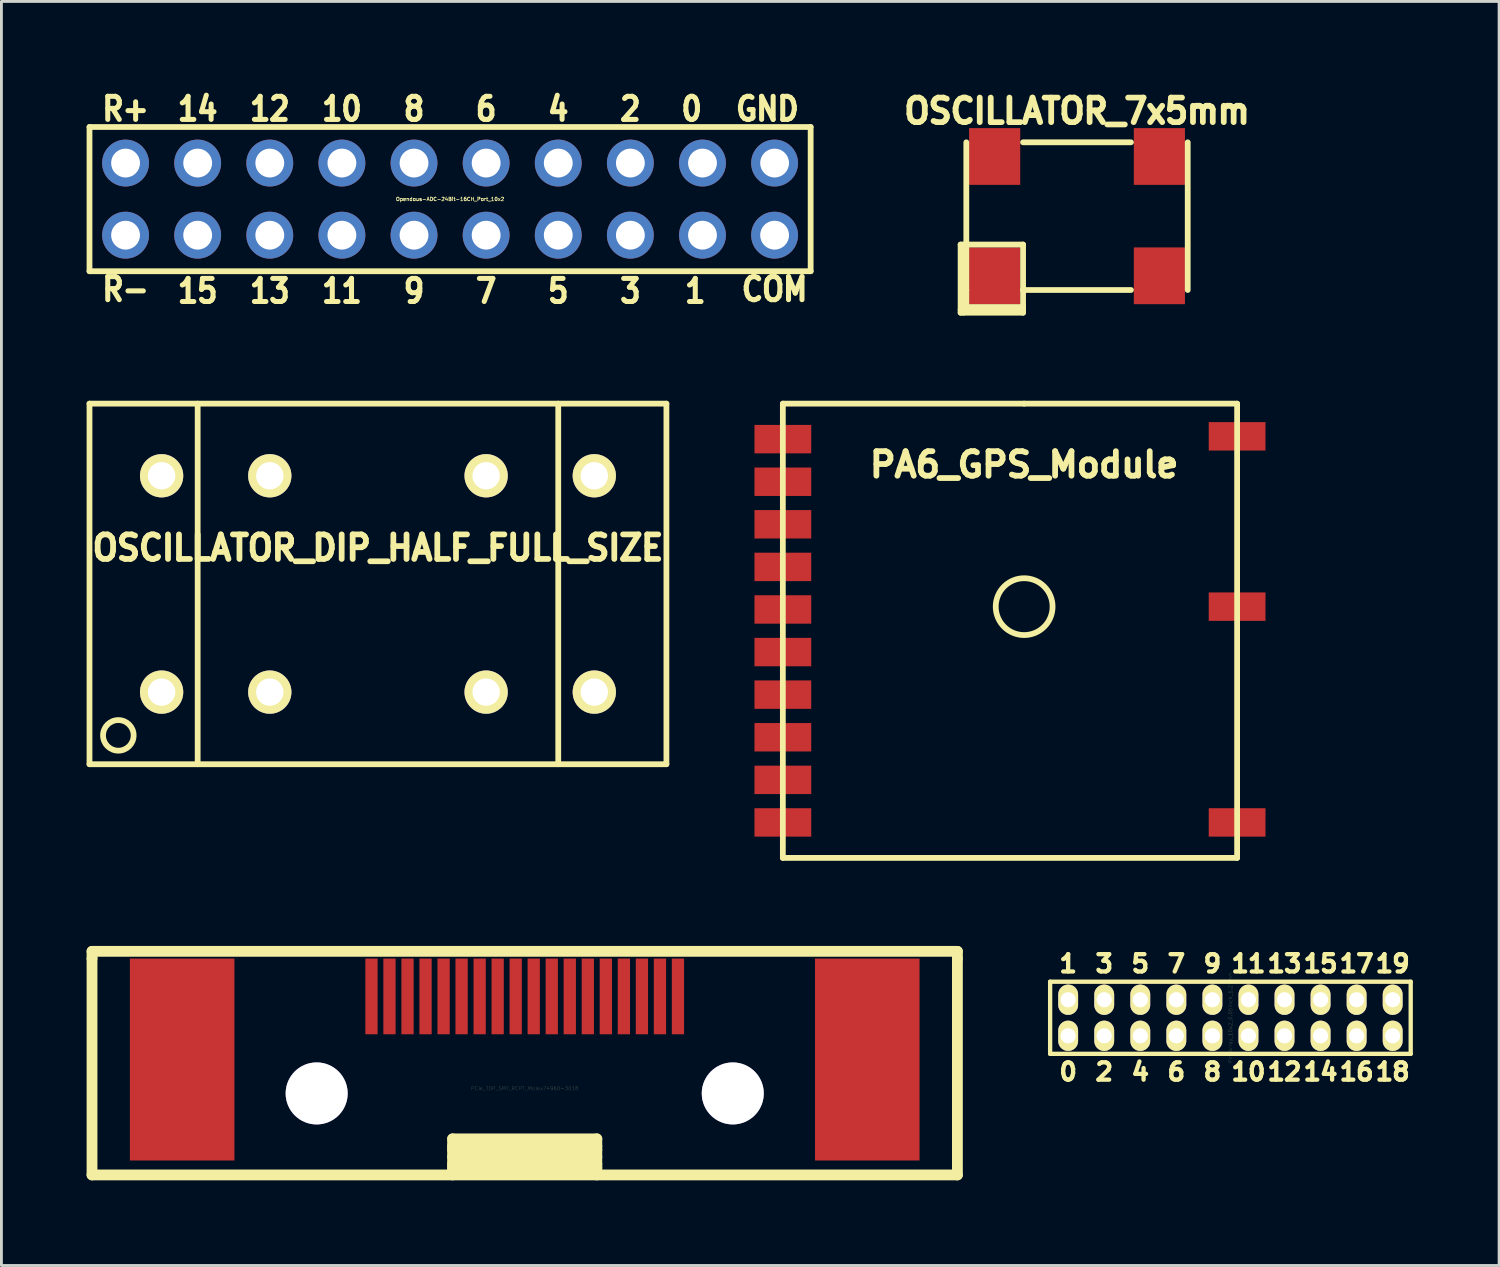
<source format=kicad_pcb>
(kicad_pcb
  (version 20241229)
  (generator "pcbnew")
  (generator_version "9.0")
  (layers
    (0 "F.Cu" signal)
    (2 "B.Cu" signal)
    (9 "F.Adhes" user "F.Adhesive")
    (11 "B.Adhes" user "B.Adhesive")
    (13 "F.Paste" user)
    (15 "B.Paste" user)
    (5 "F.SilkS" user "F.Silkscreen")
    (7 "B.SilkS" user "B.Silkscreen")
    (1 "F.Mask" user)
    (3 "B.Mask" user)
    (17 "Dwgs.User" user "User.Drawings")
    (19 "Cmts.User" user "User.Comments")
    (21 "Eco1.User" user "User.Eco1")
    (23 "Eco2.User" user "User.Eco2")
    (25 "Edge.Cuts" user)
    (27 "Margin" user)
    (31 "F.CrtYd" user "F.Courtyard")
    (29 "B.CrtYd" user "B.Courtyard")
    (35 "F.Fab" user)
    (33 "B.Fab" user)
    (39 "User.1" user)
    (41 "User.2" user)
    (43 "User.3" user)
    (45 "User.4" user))
  (footprint "PA6_GPS_Module"
    (layer "F.Cu")
    (at 33.022 18.317)
    (property "Reference" "PA6_GPS_Module" (at 0 -5.001 0) (layer "F.SilkS") (effects (font (size 0.864 0.864) (thickness 0.203))))
    (attr through_hole)
    (fp_line (start -8.499 -7.15) (end -8.499 8.849) (stroke (width 0.203) (type solid)) (layer "F.SilkS"))
    (fp_line (start -8.499 8.849) (end 7.501 8.849) (stroke (width 0.203) (type solid)) (layer "F.SilkS"))
    (fp_line (start 0 -7.15) (end -8.499 -7.15) (stroke (width 0.203) (type solid)) (layer "F.SilkS"))
    (fp_line (start 0 -7.15) (end 7.501 -7.15) (stroke (width 0.203) (type solid)) (layer "F.SilkS"))
    (fp_line (start 7.501 8.849) (end 7.501 -7.15) (stroke (width 0.203) (type solid)) (layer "F.SilkS"))
    (fp_circle (center 0 0) (end 1.001 0) (stroke (width 0.203) (type solid)) (fill no) (layer "F.SilkS"))
    (pad "1" smd rect (at -8.499 -5.9) (size 1.999 1.001) (layers "F.Cu" "F.Mask" "F.Paste"))
    (pad "2" smd rect (at -8.499 -4.399) (size 1.999 1.001) (layers "F.Cu" "F.Mask" "F.Paste"))
    (pad "3" smd rect (at -8.499 -2.901) (size 1.999 1.001) (layers "F.Cu" "F.Mask" "F.Paste"))
    (pad "4" smd rect (at -8.499 -1.4) (size 1.999 1.001) (layers "F.Cu" "F.Mask" "F.Paste"))
    (pad "5" smd rect (at -8.499 0.099) (size 1.999 1.001) (layers "F.Cu" "F.Mask" "F.Paste"))
    (pad "6" smd rect (at -8.499 1.6) (size 1.999 1.001) (layers "F.Cu" "F.Mask" "F.Paste"))
    (pad "7" smd rect (at -8.499 3.099) (size 1.999 1.001) (layers "F.Cu" "F.Mask" "F.Paste"))
    (pad "8" smd rect (at -8.499 4.6) (size 1.999 1.001) (layers "F.Cu" "F.Mask" "F.Paste"))
    (pad "9" smd rect (at -8.499 6.101) (size 1.999 1.001) (layers "F.Cu" "F.Mask" "F.Paste"))
    (pad "10" smd rect (at -8.499 7.6) (size 1.999 1.001) (layers "F.Cu" "F.Mask" "F.Paste"))
    (pad "11" smd rect (at 7.501 7.6) (size 1.999 1.001) (layers "F.Cu" "F.Mask" "F.Paste"))
    (pad "12" smd rect (at 7.501 0) (size 1.999 1.001) (layers "F.Cu" "F.Mask" "F.Paste"))
    (pad "13" smd rect (at 7.501 -5.999) (size 1.999 1.001) (layers "F.Cu" "F.Mask" "F.Paste")))
  (footprint "OSCILLATOR_DIP_HALF_FULL_SIZE"
    (layer "F.Cu")
    (at 10.262 17.517)
    (property "Reference" "OSCILLATOR_DIP_HALF_FULL_SIZE" (at 0 -1.27 0) (layer "F.SilkS") (effects (font (size 0.864 0.813) (thickness 0.203))))
    (attr through_hole)
    (fp_line (start -10.16 -6.35) (end -10.16 6.35) (stroke (width 0.203) (type solid)) (layer "F.SilkS"))
    (fp_line (start -10.16 6.35) (end 10.16 6.35) (stroke (width 0.203) (type solid)) (layer "F.SilkS"))
    (fp_line (start -6.35 -6.35) (end -6.35 6.35) (stroke (width 0.203) (type solid)) (layer "F.SilkS"))
    (fp_line (start 6.35 -6.35) (end 6.35 6.35) (stroke (width 0.203) (type solid)) (layer "F.SilkS"))
    (fp_line (start 10.16 -6.35) (end -10.16 -6.35) (stroke (width 0.203) (type solid)) (layer "F.SilkS"))
    (fp_line (start 10.16 6.35) (end 10.16 -6.35) (stroke (width 0.203) (type solid)) (layer "F.SilkS"))
    (fp_circle (center -9.144 5.334) (end -8.763 4.953) (stroke (width 0.203) (type solid)) (fill no) (layer "F.SilkS"))
    (pad "1" thru_hole circle (at -7.62 3.81) (size 1.524 1.524) (drill 0.965) (layers "*.Cu" "*.Mask" "F.SilkS"))
    (pad "1" thru_hole circle (at -3.81 3.81) (size 1.524 1.524) (drill 0.965) (layers "*.Cu" "*.Mask" "F.SilkS"))
    (pad "2" thru_hole circle (at 3.81 3.81) (size 1.524 1.524) (drill 0.965) (layers "*.Cu" "*.Mask" "F.SilkS"))
    (pad "2" thru_hole circle (at 7.62 3.81) (size 1.524 1.524) (drill 0.965) (layers "*.Cu" "*.Mask" "F.SilkS"))
    (pad "3" thru_hole circle (at 3.81 -3.81) (size 1.524 1.524) (drill 0.965) (layers "*.Cu" "*.Mask" "F.SilkS"))
    (pad "3" thru_hole circle (at 7.62 -3.81) (size 1.524 1.524) (drill 0.965) (layers "*.Cu" "*.Mask" "F.SilkS"))
    (pad "4" thru_hole circle (at -7.62 -3.81) (size 1.524 1.524) (drill 0.965) (layers "*.Cu" "*.Mask" "F.SilkS"))
    (pad "4" thru_hole circle (at -3.81 -3.81) (size 1.524 1.524) (drill 0.965) (layers "*.Cu" "*.Mask" "F.SilkS")))
  (footprint "Pin_Array_10x2_0.05inch_1.27mm"
    (layer "F.Cu")
    (at 40.287 32.797)
    (property "Reference" "Pin_Array_10x2_0.05inch_1.27mm" (at 0 0 90) (layer "F.SilkS") (effects (font (size 0.127 0.127) (thickness 0.003))))
    (attr through_hole)
    (fp_line (start -6.35 -1.27) (end -6.35 1.27) (stroke (width 0.152) (type solid)) (layer "F.SilkS"))
    (fp_line (start -6.35 1.27) (end 6.35 1.27) (stroke (width 0.152) (type solid)) (layer "F.SilkS"))
    (fp_line (start 6.35 -1.27) (end -6.35 -1.27) (stroke (width 0.152) (type solid)) (layer "F.SilkS"))
    (fp_line (start 6.35 1.27) (end 6.35 -1.27) (stroke (width 0.152) (type solid)) (layer "F.SilkS"))
    (fp_text user "17" (at 4.445 -1.905 0) (layer "F.SilkS") (effects (font (size 0.61 0.61) (thickness 0.152))))
    (fp_text user "7" (at -1.905 -1.905 0) (layer "F.SilkS") (effects (font (size 0.61 0.61) (thickness 0.152))))
    (fp_text user "15" (at 3.175 -1.905 0) (layer "F.SilkS") (effects (font (size 0.61 0.61) (thickness 0.152))))
    (fp_text user "9" (at -0.635 -1.905 0) (layer "F.SilkS") (effects (font (size 0.61 0.61) (thickness 0.152))))
    (fp_text user "11" (at 0.635 -1.905 0) (layer "F.SilkS") (effects (font (size 0.61 0.61) (thickness 0.152))))
    (fp_text user "18" (at 5.715 1.905 0) (layer "F.SilkS") (effects (font (size 0.61 0.61) (thickness 0.152))))
    (fp_text user "12" (at 1.905 1.905 0) (layer "F.SilkS") (effects (font (size 0.61 0.61) (thickness 0.152))))
    (fp_text user "0" (at -5.715 1.905 0) (layer "F.SilkS") (effects (font (size 0.61 0.61) (thickness 0.152))))
    (fp_text user "14" (at 3.175 1.905 0) (layer "F.SilkS") (effects (font (size 0.61 0.61) (thickness 0.152))))
    (fp_text user "19" (at 5.715 -1.905 0) (layer "F.SilkS") (effects (font (size 0.61 0.61) (thickness 0.152))))
    (fp_text user "6" (at -1.905 1.905 0) (layer "F.SilkS") (effects (font (size 0.61 0.61) (thickness 0.152))))
    (fp_text user "4" (at -3.175 1.905 0) (layer "F.SilkS") (effects (font (size 0.61 0.61) (thickness 0.152))))
    (fp_text user "16" (at 4.445 1.905 0) (layer "F.SilkS") (effects (font (size 0.61 0.61) (thickness 0.152))))
    (fp_text user "2" (at -4.445 1.905 0) (layer "F.SilkS") (effects (font (size 0.61 0.61) (thickness 0.152))))
    (fp_text user "3" (at -4.445 -1.905 0) (layer "F.SilkS") (effects (font (size 0.61 0.61) (thickness 0.152))))
    (fp_text user "8" (at -0.635 1.905 0) (layer "F.SilkS") (effects (font (size 0.61 0.61) (thickness 0.152))))
    (fp_text user "10" (at 0.635 1.905 0) (layer "F.SilkS") (effects (font (size 0.61 0.61) (thickness 0.152))))
    (fp_text user "5" (at -3.175 -1.905 0) (layer "F.SilkS") (effects (font (size 0.61 0.61) (thickness 0.152))))
    (fp_text user "13" (at 1.905 -1.905 0) (layer "F.SilkS") (effects (font (size 0.61 0.61) (thickness 0.152))))
    (fp_text user "1" (at -5.715 -1.905 0) (layer "F.SilkS") (effects (font (size 0.61 0.61) (thickness 0.152))))
    (pad "1" thru_hole oval (at -5.715 0.635) (size 0.699 1.067) (drill 0.533) (layers "*.Cu" "*.Mask" "F.SilkS"))
    (pad "2" thru_hole oval (at -5.715 -0.635) (size 0.699 1.067) (drill 0.533) (layers "*.Cu" "*.Mask" "F.SilkS"))
    (pad "3" thru_hole oval (at -4.445 0.635) (size 0.699 1.067) (drill 0.533) (layers "*.Cu" "*.Mask" "F.SilkS"))
    (pad "4" thru_hole oval (at -4.445 -0.635) (size 0.699 1.067) (drill 0.533) (layers "*.Cu" "*.Mask" "F.SilkS"))
    (pad "5" thru_hole oval (at -3.175 0.635) (size 0.699 1.067) (drill 0.533) (layers "*.Cu" "*.Mask" "F.SilkS"))
    (pad "6" thru_hole oval (at -3.175 -0.635) (size 0.699 1.067) (drill 0.533) (layers "*.Cu" "*.Mask" "F.SilkS"))
    (pad "7" thru_hole oval (at -1.905 0.635) (size 0.699 1.067) (drill 0.533) (layers "*.Cu" "*.Mask" "F.SilkS"))
    (pad "8" thru_hole oval (at -1.905 -0.635) (size 0.699 1.067) (drill 0.533) (layers "*.Cu" "*.Mask" "F.SilkS"))
    (pad "9" thru_hole oval (at -0.635 0.635) (size 0.699 1.067) (drill 0.533) (layers "*.Cu" "*.Mask" "F.SilkS"))
    (pad "10" thru_hole oval (at -0.635 -0.635) (size 0.699 1.067) (drill 0.533) (layers "*.Cu" "*.Mask" "F.SilkS"))
    (pad "11" thru_hole oval (at 0.635 0.635) (size 0.699 1.067) (drill 0.533) (layers "*.Cu" "*.Mask" "F.SilkS"))
    (pad "12" thru_hole oval (at 0.635 -0.635) (size 0.699 1.067) (drill 0.533) (layers "*.Cu" "*.Mask" "F.SilkS"))
    (pad "13" thru_hole oval (at 1.905 0.635) (size 0.699 1.067) (drill 0.533) (layers "*.Cu" "*.Mask" "F.SilkS"))
    (pad "14" thru_hole oval (at 1.905 -0.635) (size 0.699 1.067) (drill 0.533) (layers "*.Cu" "*.Mask" "F.SilkS"))
    (pad "15" thru_hole oval (at 3.175 0.635) (size 0.699 1.067) (drill 0.533) (layers "*.Cu" "*.Mask" "F.SilkS"))
    (pad "16" thru_hole oval (at 3.175 -0.635) (size 0.699 1.067) (drill 0.533) (layers "*.Cu" "*.Mask" "F.SilkS"))
    (pad "17" thru_hole oval (at 4.445 0.635) (size 0.699 1.067) (drill 0.533) (layers "*.Cu" "*.Mask" "F.SilkS"))
    (pad "18" thru_hole oval (at 4.445 -0.635) (size 0.699 1.067) (drill 0.533) (layers "*.Cu" "*.Mask" "F.SilkS"))
    (pad "19" thru_hole oval (at 5.715 0.635) (size 0.699 1.067) (drill 0.533) (layers "*.Cu" "*.Mask" "F.SilkS"))
    (pad "20" thru_hole oval (at 5.715 -0.635) (size 0.699 1.067) (drill 0.533) (layers "*.Cu" "*.Mask" "F.SilkS")))
  (footprint "PCIe_TDP_SMT_RCPT_Molex74960-3018"
    (layer "F.Cu")
    (at 15.431 30.712)
    (property "Reference" "PCIe_TDP_SMT_RCPT_Molex74960-3018" (at 0 4.572 0) (layer "F.SilkS") (effects (font (size 0.127 0.127) (thickness 0.003))))
    (attr through_hole)
    (fp_line (start -15.24 0) (end -15.24 -0.254) (stroke (width 0.381) (type solid)) (layer "F.SilkS"))
    (fp_line (start -15.24 0) (end -15.24 7.62) (stroke (width 0.381) (type solid)) (layer "F.SilkS"))
    (fp_line (start -15.24 7.62) (end 15.24 7.62) (stroke (width 0.381) (type solid)) (layer "F.SilkS"))
    (fp_line (start -2.54 6.35) (end 2.54 6.35) (stroke (width 0.381) (type solid)) (layer "F.SilkS"))
    (fp_line (start -2.54 6.604) (end 2.54 6.604) (stroke (width 0.381) (type solid)) (layer "F.SilkS"))
    (fp_line (start -2.54 6.731) (end 2.54 6.731) (stroke (width 0.381) (type solid)) (layer "F.SilkS"))
    (fp_line (start -2.54 6.985) (end 2.54 6.985) (stroke (width 0.381) (type solid)) (layer "F.SilkS"))
    (fp_line (start -2.54 7.62) (end -2.54 6.35) (stroke (width 0.381) (type solid)) (layer "F.SilkS"))
    (fp_line (start 2.54 6.35) (end 2.54 7.62) (stroke (width 0.381) (type solid)) (layer "F.SilkS"))
    (fp_line (start 2.54 7.239) (end -2.54 7.239) (stroke (width 0.381) (type solid)) (layer "F.SilkS"))
    (fp_line (start 2.54 7.366) (end -2.54 7.366) (stroke (width 0.381) (type solid)) (layer "F.SilkS"))
    (fp_line (start 15.24 -0.254) (end -15.24 -0.254) (stroke (width 0.381) (type solid)) (layer "F.SilkS"))
    (fp_line (start 15.24 0) (end 15.24 -0.254) (stroke (width 0.381) (type solid)) (layer "F.SilkS"))
    (fp_line (start 15.24 7.62) (end 15.24 0) (stroke (width 0.381) (type solid)) (layer "F.SilkS"))
    (pad "A1" smd rect (at 5.397 1.333) (size 0.432 2.667) (layers "F.Cu" "F.Mask" "F.Paste"))
    (pad "A2" smd rect (at 4.128 1.333) (size 0.432 2.667) (layers "F.Cu" "F.Mask" "F.Paste"))
    (pad "A3" smd rect (at 2.857 1.333) (size 0.432 2.667) (layers "F.Cu" "F.Mask" "F.Paste"))
    (pad "A4" smd rect (at 1.587 1.333) (size 0.432 2.667) (layers "F.Cu" "F.Mask" "F.Paste"))
    (pad "A5" smd rect (at 0.318 1.333) (size 0.432 2.667) (layers "F.Cu" "F.Mask" "F.Paste"))
    (pad "A6" smd rect (at -0.953 1.333) (size 0.432 2.667) (layers "F.Cu" "F.Mask" "F.Paste"))
    (pad "A7" smd rect (at -2.223 1.333) (size 0.432 2.667) (layers "F.Cu" "F.Mask" "F.Paste"))
    (pad "A8" smd rect (at -3.493 1.333) (size 0.432 2.667) (layers "F.Cu" "F.Mask" "F.Paste"))
    (pad "A9" smd rect (at -4.763 1.333) (size 0.432 2.667) (layers "F.Cu" "F.Mask" "F.Paste"))
    (pad "B1" smd rect (at 4.763 1.333) (size 0.432 2.667) (layers "F.Cu" "F.Mask" "F.Paste"))
    (pad "B2" smd rect (at 3.493 1.333) (size 0.432 2.667) (layers "F.Cu" "F.Mask" "F.Paste"))
    (pad "B3" smd rect (at 2.223 1.333) (size 0.432 2.667) (layers "F.Cu" "F.Mask" "F.Paste"))
    (pad "B4" smd rect (at 0.953 1.333) (size 0.432 2.667) (layers "F.Cu" "F.Mask" "F.Paste"))
    (pad "B5" smd rect (at -0.318 1.333) (size 0.432 2.667) (layers "F.Cu" "F.Mask" "F.Paste"))
    (pad "B6" smd rect (at -1.587 1.333) (size 0.432 2.667) (layers "F.Cu" "F.Mask" "F.Paste"))
    (pad "B7" smd rect (at -2.857 1.333) (size 0.432 2.667) (layers "F.Cu" "F.Mask" "F.Paste"))
    (pad "B8" smd rect (at -4.128 1.333) (size 0.432 2.667) (layers "F.Cu" "F.Mask" "F.Paste"))
    (pad "B9" smd rect (at -5.397 1.333) (size 0.432 2.667) (layers "F.Cu" "F.Mask" "F.Paste"))
    (pad "M0" thru_hole circle (at -7.328 4.75) (size 2.184 2.184) (drill 2.184) (layers "*.Cu"))
    (pad "M0" thru_hole circle (at 7.328 4.75) (size 2.184 2.184) (drill 2.184) (layers "*.Cu"))
    (pad "M1" smd rect (at -12.065 3.556) (size 3.683 7.112) (layers "F.Cu" "F.Mask" "F.Paste"))
    (pad "M1" smd rect (at 12.065 3.556) (size 3.683 7.112) (layers "F.Cu" "F.Mask" "F.Paste")))
  (footprint "OSCILLATOR_7x5mm"
    (layer "F.Cu")
    (at 34.884 4.563)
    (property "Reference" "OSCILLATOR_7x5mm" (at 0 -3.701 0) (layer "F.SilkS") (effects (font (size 0.864 0.813) (thickness 0.203))))
    (attr through_hole)
    (fp_line (start -4.1 1.001) (end -4.1 3.401) (stroke (width 0.203) (type solid)) (layer "F.SilkS"))
    (fp_line (start -4.1 3.401) (end -1.9 3.401) (stroke (width 0.203) (type solid)) (layer "F.SilkS"))
    (fp_line (start -4 3.401) (end -4 1.001) (stroke (width 0.203) (type solid)) (layer "F.SilkS"))
    (fp_line (start -3.899 -2.601) (end -3.899 2.601) (stroke (width 0.203) (type solid)) (layer "F.SilkS"))
    (fp_line (start -3.899 1.001) (end -4.1 1.001) (stroke (width 0.203) (type solid)) (layer "F.SilkS"))
    (fp_line (start -3.899 1.001) (end -1.9 1.001) (stroke (width 0.203) (type solid)) (layer "F.SilkS"))
    (fp_line (start -3.899 3.2) (end -3.899 2.601) (stroke (width 0.203) (type solid)) (layer "F.SilkS"))
    (fp_line (start -1.9 -2.601) (end 1.9 -2.601) (stroke (width 0.203) (type solid)) (layer "F.SilkS"))
    (fp_line (start -1.9 1.001) (end -1.9 2.601) (stroke (width 0.203) (type solid)) (layer "F.SilkS"))
    (fp_line (start -1.9 2.601) (end -1.9 3.2) (stroke (width 0.203) (type solid)) (layer "F.SilkS"))
    (fp_line (start -1.9 2.601) (end 1.9 2.601) (stroke (width 0.203) (type solid)) (layer "F.SilkS"))
    (fp_line (start -1.9 3.2) (end -3.899 3.2) (stroke (width 0.203) (type solid)) (layer "F.SilkS"))
    (fp_line (start -1.9 3.299) (end -4.1 3.299) (stroke (width 0.203) (type solid)) (layer "F.SilkS"))
    (fp_line (start -1.9 3.401) (end -1.9 3.2) (stroke (width 0.203) (type solid)) (layer "F.SilkS"))
    (fp_line (start 3.899 -2.601) (end 3.899 2.601) (stroke (width 0.203) (type solid)) (layer "F.SilkS"))
    (pad "1" smd rect (at -2.901 2.101) (size 1.801 1.999) (layers "F.Cu" "F.Mask" "F.Paste"))
    (pad "2" smd rect (at 2.901 2.101) (size 1.801 1.999) (layers "F.Cu" "F.Mask" "F.Paste"))
    (pad "3" smd rect (at 2.901 -2.101) (size 1.801 1.999) (layers "F.Cu" "F.Mask" "F.Paste"))
    (pad "4" smd rect (at -2.901 -2.101) (size 1.801 1.999) (layers "F.Cu" "F.Mask" "F.Paste")))
  (footprint "Opendous-ADC-24Bit-16CH_Port_10x2"
    (layer "F.Cu")
    (at 12.802 3.963)
    (property "Reference" "Opendous-ADC-24Bit-16CH_Port_10x2" (at 0 0 0) (layer "F.SilkS") (effects (font (size 0.127 0.127) (thickness 0.025))))
    (attr through_hole)
    (fp_line (start -12.7 -2.54) (end -12.7 2.54) (stroke (width 0.203) (type solid)) (layer "F.SilkS"))
    (fp_line (start -12.7 2.54) (end 12.7 2.54) (stroke (width 0.203) (type solid)) (layer "F.SilkS"))
    (fp_line (start 12.7 -2.54) (end -12.7 -2.54) (stroke (width 0.203) (type solid)) (layer "F.SilkS"))
    (fp_line (start 12.7 2.54) (end 12.7 -2.54) (stroke (width 0.203) (type solid)) (layer "F.SilkS"))
    (fp_text user "14" (at -8.89 -3.175 0) (layer "F.SilkS") (effects (font (size 0.813 0.711) (thickness 0.178))))
    (fp_text user "15" (at -8.89 3.239 0) (layer "F.SilkS") (effects (font (size 0.813 0.711) (thickness 0.178))))
    (fp_text user "4" (at 3.81 -3.175 0) (layer "F.SilkS") (effects (font (size 0.813 0.711) (thickness 0.178))))
    (fp_text user "11" (at -3.81 3.239 0) (layer "F.SilkS") (effects (font (size 0.813 0.711) (thickness 0.178))))
    (fp_text user "6" (at 1.27 -3.175 0) (layer "F.SilkS") (effects (font (size 0.813 0.711) (thickness 0.178))))
    (fp_text user "2" (at 6.35 -3.175 0) (layer "F.SilkS") (effects (font (size 0.813 0.711) (thickness 0.178))))
    (fp_text user "12" (at -6.35 -3.175 0) (layer "F.SilkS") (effects (font (size 0.813 0.711) (thickness 0.178))))
    (fp_text user "10" (at -3.81 -3.175 0) (layer "F.SilkS") (effects (font (size 0.813 0.711) (thickness 0.178))))
    (fp_text user "1" (at 8.636 3.239 0) (layer "F.SilkS") (effects (font (size 0.813 0.711) (thickness 0.178))))
    (fp_text user "COM" (at 11.43 3.175 0) (layer "F.SilkS") (effects (font (size 0.813 0.711) (thickness 0.178))))
    (fp_text user "8" (at -1.27 -3.175 0) (layer "F.SilkS") (effects (font (size 0.813 0.711) (thickness 0.178))))
    (fp_text user "3" (at 6.35 3.239 0) (layer "F.SilkS") (effects (font (size 0.813 0.711) (thickness 0.178))))
    (fp_text user "R+" (at -11.43 -3.175 0) (layer "F.SilkS") (effects (font (size 0.813 0.711) (thickness 0.178))))
    (fp_text user "GND" (at 11.176 -3.175 0) (layer "F.SilkS") (effects (font (size 0.813 0.711) (thickness 0.178))))
    (fp_text user "0" (at 8.509 -3.175 0) (layer "F.SilkS") (effects (font (size 0.813 0.711) (thickness 0.178))))
    (fp_text user "5" (at 3.81 3.239 0) (layer "F.SilkS") (effects (font (size 0.813 0.711) (thickness 0.178))))
    (fp_text user "R-" (at -11.43 3.175 0) (layer "F.SilkS") (effects (font (size 0.813 0.711) (thickness 0.178))))
    (fp_text user "9" (at -1.27 3.239 0) (layer "F.SilkS") (effects (font (size 0.813 0.711) (thickness 0.178))))
    (fp_text user "7" (at 1.27 3.239 0) (layer "F.SilkS") (effects (font (size 0.813 0.711) (thickness 0.178))))
    (fp_text user "13" (at -6.35 3.239 0) (layer "F.SilkS") (effects (font (size 0.813 0.711) (thickness 0.178))))
    (pad "1" thru_hole circle (at -11.43 1.27) (size 1.651 1.651) (drill 1.016) (layers "*.Cu" "*.Mask"))
    (pad "2" thru_hole circle (at -11.43 -1.27) (size 1.651 1.651) (drill 1.016) (layers "*.Cu" "*.Mask"))
    (pad "3" thru_hole circle (at -8.89 1.27) (size 1.651 1.651) (drill 1.016) (layers "*.Cu" "*.Mask"))
    (pad "4" thru_hole circle (at -8.89 -1.27) (size 1.651 1.651) (drill 1.016) (layers "*.Cu" "*.Mask"))
    (pad "5" thru_hole circle (at -6.35 1.27) (size 1.651 1.651) (drill 1.016) (layers "*.Cu" "*.Mask"))
    (pad "6" thru_hole circle (at -6.35 -1.27) (size 1.651 1.651) (drill 1.016) (layers "*.Cu" "*.Mask"))
    (pad "7" thru_hole circle (at -3.81 1.27) (size 1.651 1.651) (drill 1.016) (layers "*.Cu" "*.Mask"))
    (pad "8" thru_hole circle (at -3.81 -1.27) (size 1.651 1.651) (drill 1.016) (layers "*.Cu" "*.Mask"))
    (pad "9" thru_hole circle (at -1.27 1.27) (size 1.651 1.651) (drill 1.016) (layers "*.Cu" "*.Mask"))
    (pad "10" thru_hole circle (at -1.27 -1.27) (size 1.651 1.651) (drill 1.016) (layers "*.Cu" "*.Mask"))
    (pad "11" thru_hole circle (at 1.27 1.27) (size 1.651 1.651) (drill 1.016) (layers "*.Cu" "*.Mask"))
    (pad "12" thru_hole circle (at 1.27 -1.27) (size 1.651 1.651) (drill 1.016) (layers "*.Cu" "*.Mask"))
    (pad "13" thru_hole circle (at 3.81 1.27) (size 1.651 1.651) (drill 1.016) (layers "*.Cu" "*.Mask"))
    (pad "14" thru_hole circle (at 3.81 -1.27) (size 1.651 1.651) (drill 1.016) (layers "*.Cu" "*.Mask"))
    (pad "15" thru_hole circle (at 6.35 1.27) (size 1.651 1.651) (drill 1.016) (layers "*.Cu" "*.Mask"))
    (pad "16" thru_hole circle (at 6.35 -1.27) (size 1.651 1.651) (drill 1.016) (layers "*.Cu" "*.Mask"))
    (pad "17" thru_hole circle (at 8.89 1.27) (size 1.651 1.651) (drill 1.016) (layers "*.Cu" "*.Mask"))
    (pad "18" thru_hole circle (at 8.89 -1.27) (size 1.651 1.651) (drill 1.016) (layers "*.Cu" "*.Mask"))
    (pad "19" thru_hole circle (at 11.43 1.27) (size 1.651 1.651) (drill 1.016) (layers "*.Cu" "*.Mask"))
    (pad "20" thru_hole circle (at 11.43 -1.27) (size 1.651 1.651) (drill 1.016) (layers "*.Cu" "*.Mask")))
  (gr_rect
    (start -3 -3)
    (end 49.75 41.523)
    (stroke (width 0.1) (type default))
    (fill no)
    (layer "Edge.Cuts")))
</source>
